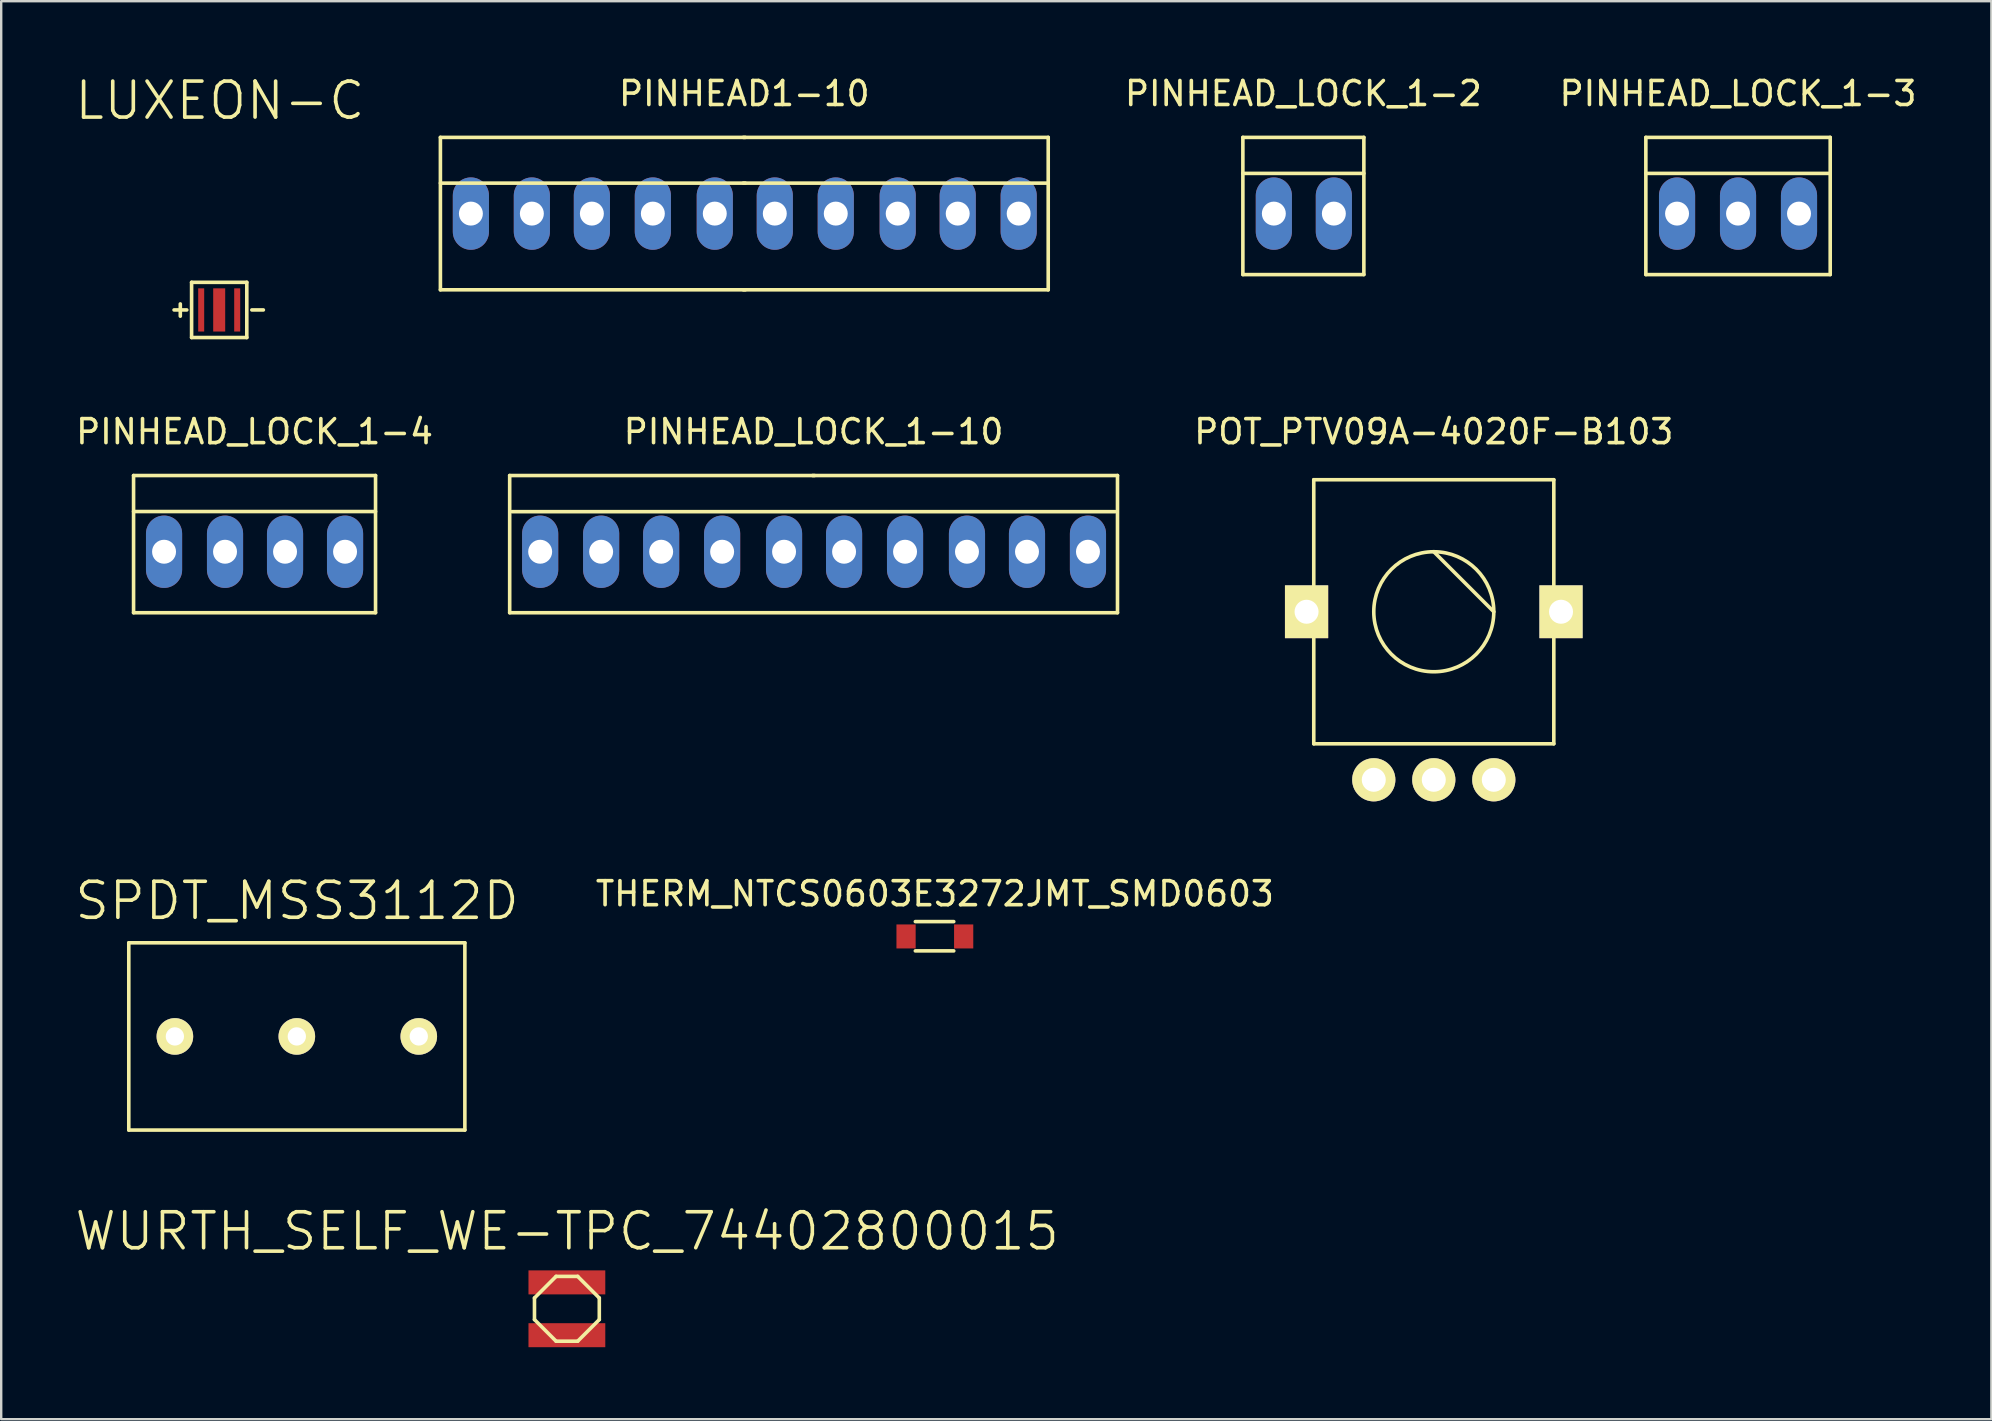
<source format=kicad_pcb>
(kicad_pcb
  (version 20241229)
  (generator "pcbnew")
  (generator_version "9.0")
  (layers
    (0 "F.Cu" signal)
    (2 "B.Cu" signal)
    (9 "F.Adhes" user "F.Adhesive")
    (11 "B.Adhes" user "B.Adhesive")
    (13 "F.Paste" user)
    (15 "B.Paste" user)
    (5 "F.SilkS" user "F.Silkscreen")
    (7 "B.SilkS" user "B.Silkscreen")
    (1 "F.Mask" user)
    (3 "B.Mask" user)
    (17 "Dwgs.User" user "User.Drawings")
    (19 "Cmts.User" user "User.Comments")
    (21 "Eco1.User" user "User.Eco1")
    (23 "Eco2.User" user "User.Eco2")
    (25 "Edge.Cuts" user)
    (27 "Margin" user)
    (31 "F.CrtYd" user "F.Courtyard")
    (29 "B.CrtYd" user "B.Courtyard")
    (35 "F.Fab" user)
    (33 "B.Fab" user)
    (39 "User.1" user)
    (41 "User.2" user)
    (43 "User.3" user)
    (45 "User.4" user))
  (footprint "POT_PTV09A-4020F-B103"
    (layer "F.Cu")
    (at 56.678 22.434)
    (property "Reference" "POT_PTV09A-4020F-B103" (at 0 -7.5 0) (layer "F.SilkS") (effects (font (size 1 1) (thickness 0.15))))
    (attr through_hole)
    (fp_line (start -5 -5.5) (end -5 5.5) (stroke (width 0.15) (type solid)) (layer "F.SilkS"))
    (fp_line (start -5 -5.5) (end 5 -5.5) (stroke (width 0.15) (type solid)) (layer "F.SilkS"))
    (fp_line (start -5 5.5) (end 5 5.5) (stroke (width 0.15) (type solid)) (layer "F.SilkS"))
    (fp_line (start 0 -2.5) (end 2.5 0) (stroke (width 0.15) (type solid)) (layer "F.SilkS"))
    (fp_line (start 5 -5.5) (end 5 5.5) (stroke (width 0.15) (type solid)) (layer "F.SilkS"))
    (fp_circle (center 0 0) (end 2.5 0) (stroke (width 0.15) (type solid)) (fill no) (layer "F.SilkS"))
    (pad "" np_thru_hole rect (at -5.3 0) (size 1.8 2.2) (drill 1) (layers "*.Cu" "*.Mask" "F.SilkS"))
    (pad "" np_thru_hole rect (at 5.3 0) (size 1.8 2.2) (drill 1) (layers "*.Cu" "*.Mask" "F.SilkS"))
    (pad "1" thru_hole circle (at -2.5 7) (size 1.8 1.8) (drill 1) (layers "*.Cu" "*.Mask" "F.SilkS"))
    (pad "2" thru_hole circle (at 0 7) (size 1.8 1.8) (drill 1) (layers "*.Cu" "*.Mask" "F.SilkS"))
    (pad "3" thru_hole circle (at 2.5 7) (size 1.8 1.8) (drill 1) (layers "*.Cu" "*.Mask" "F.SilkS")))
  (footprint "PINHEAD_LOCK_1-4"
    (layer "F.Cu")
    (at 7.554 19.934)
    (property "Reference" "PINHEAD_LOCK_1-4" (at 0 -5 0) (layer "F.SilkS") (effects (font (size 1 1) (thickness 0.15))))
    (attr exclude_from_pos_files exclude_from_bom)
    (fp_line (start -5.04 -3.175) (end -5.04 2.54) (stroke (width 0.15) (type solid)) (layer "F.SilkS"))
    (fp_line (start -5.04 -3.175) (end 5.04 -3.175) (stroke (width 0.15) (type solid)) (layer "F.SilkS"))
    (fp_line (start -5.04 -1.675) (end 5.04 -1.675) (stroke (width 0.15) (type solid)) (layer "F.SilkS"))
    (fp_line (start 5.04 -3.175) (end 5.04 2.54) (stroke (width 0.15) (type solid)) (layer "F.SilkS"))
    (fp_line (start 5.04 2.54) (end -5.04 2.54) (stroke (width 0.15) (type solid)) (layer "F.SilkS"))
    (pad "1" thru_hole oval (at -3.77 0) (size 1.506 3.015) (drill 0.998) (layers "*.Cu" "*.Mask"))
    (pad "2" thru_hole oval (at -1.23 0) (size 1.506 3.015) (drill 0.998) (layers "*.Cu" "*.Mask"))
    (pad "3" thru_hole oval (at 1.27 0) (size 1.506 3.015) (drill 0.998) (layers "*.Cu" "*.Mask"))
    (pad "4" thru_hole oval (at 3.77 0) (size 1.506 3.015) (drill 0.998) (layers "*.Cu" "*.Mask")))
  (footprint "PINHEAD1-10"
    (layer "F.Cu")
    (at 27.956 5.848)
    (property "Reference" "PINHEAD1-10" (at 0 -5 0) (layer "F.SilkS") (effects (font (size 1 1) (thickness 0.15))))
    (attr exclude_from_pos_files exclude_from_bom)
    (fp_line (start -12.66 -3.175) (end -12.66 3.175) (stroke (width 0.15) (type solid)) (layer "F.SilkS"))
    (fp_line (start -12.66 -3.175) (end 0.04 -3.175) (stroke (width 0.15) (type solid)) (layer "F.SilkS"))
    (fp_line (start -0.04 -3.175) (end 12.66 -3.175) (stroke (width 0.15) (type solid)) (layer "F.SilkS"))
    (fp_line (start 0.04 -1.27) (end -12.66 -1.27) (stroke (width 0.15) (type solid)) (layer "F.SilkS"))
    (fp_line (start 0.04 3.175) (end -12.66 3.175) (stroke (width 0.15) (type solid)) (layer "F.SilkS"))
    (fp_line (start 12.66 -3.175) (end 12.66 3.175) (stroke (width 0.15) (type solid)) (layer "F.SilkS"))
    (fp_line (start 12.66 -1.27) (end -0.04 -1.27) (stroke (width 0.15) (type solid)) (layer "F.SilkS"))
    (fp_line (start 12.66 3.175) (end -0.04 3.175) (stroke (width 0.15) (type solid)) (layer "F.SilkS"))
    (pad "1" thru_hole oval (at -11.39 0) (size 1.506 3.015) (drill 0.998) (layers "*.Cu" "*.Mask"))
    (pad "2" thru_hole oval (at -8.85 0) (size 1.506 3.015) (drill 0.998) (layers "*.Cu" "*.Mask"))
    (pad "3" thru_hole oval (at -6.35 0) (size 1.506 3.015) (drill 0.998) (layers "*.Cu" "*.Mask"))
    (pad "4" thru_hole oval (at -3.81 0) (size 1.506 3.015) (drill 0.998) (layers "*.Cu" "*.Mask"))
    (pad "5" thru_hole oval (at -1.23 0) (size 1.506 3.015) (drill 0.998) (layers "*.Cu" "*.Mask"))
    (pad "6" thru_hole oval (at 1.27 0) (size 1.506 3.015) (drill 0.998) (layers "*.Cu" "*.Mask"))
    (pad "7" thru_hole oval (at 3.81 0) (size 1.506 3.015) (drill 0.998) (layers "*.Cu" "*.Mask"))
    (pad "8" thru_hole oval (at 6.39 0) (size 1.506 3.015) (drill 0.998) (layers "*.Cu" "*.Mask"))
    (pad "9" thru_hole oval (at 8.89 0) (size 1.506 3.015) (drill 0.998) (layers "*.Cu" "*.Mask"))
    (pad "10" thru_hole oval (at 11.43 0) (size 1.506 3.015) (drill 0.998) (layers "*.Cu" "*.Mask")))
  (footprint "WURTH_SELF_WE-TPC_74402800015"
    (layer "F.Cu")
    (at 20.565 51.471)
    (property "Reference" "WURTH_SELF_WE-TPC_74402800015" (at 0.01 -3.23 0) (layer "F.SilkS") (effects (font (size 1.5 1.5) (thickness 0.15))))
    (attr through_hole)
    (fp_line (start -1.35 -0.45) (end -0.45 -1.35) (stroke (width 0.15) (type solid)) (layer "F.SilkS"))
    (fp_line (start -1.35 0.45) (end -1.35 -0.45) (stroke (width 0.15) (type solid)) (layer "F.SilkS"))
    (fp_line (start -0.45 -1.35) (end 0.45 -1.35) (stroke (width 0.15) (type solid)) (layer "F.SilkS"))
    (fp_line (start -0.45 1.35) (end -1.35 0.45) (stroke (width 0.15) (type solid)) (layer "F.SilkS"))
    (fp_line (start 0.45 -1.35) (end 1.35 -0.45) (stroke (width 0.15) (type solid)) (layer "F.SilkS"))
    (fp_line (start 0.45 1.35) (end -0.45 1.35) (stroke (width 0.15) (type solid)) (layer "F.SilkS"))
    (fp_line (start 1.35 -0.45) (end 1.35 0.45) (stroke (width 0.15) (type solid)) (layer "F.SilkS"))
    (fp_line (start 1.35 0.45) (end 0.45 1.35) (stroke (width 0.15) (type solid)) (layer "F.SilkS"))
    (pad "1" smd rect (at 0 -1.1) (size 3.2 1) (layers "F.Cu" "F.Mask" "F.Paste"))
    (pad "2" smd rect (at 0 1.1) (size 3.2 1) (layers "F.Cu" "F.Mask" "F.Paste")))
  (footprint "SPDT_MSS3112D"
    (layer "F.Cu")
    (at 9.315 40.125)
    (property "Reference" "SPDT_MSS3112D" (at 0.01 -5.65 0) (layer "F.SilkS") (effects (font (size 1.5 1.5) (thickness 0.15))))
    (attr through_hole)
    (fp_line (start -7 -3.9) (end -7 3.9) (stroke (width 0.15) (type solid)) (layer "F.SilkS"))
    (fp_line (start -7 3.9) (end 7 3.9) (stroke (width 0.15) (type solid)) (layer "F.SilkS"))
    (fp_line (start 7 -3.9) (end -7 -3.9) (stroke (width 0.15) (type solid)) (layer "F.SilkS"))
    (fp_line (start 7 3.9) (end 7 -3.9) (stroke (width 0.15) (type solid)) (layer "F.SilkS"))
    (pad "1" thru_hole circle (at 0 0) (size 1.524 1.524) (drill 0.762) (layers "*.Cu" "*.Mask" "F.SilkS"))
    (pad "2" thru_hole circle (at -5.08 0) (size 1.524 1.524) (drill 0.762) (layers "*.Cu" "*.Mask" "F.SilkS"))
    (pad "3" thru_hole circle (at 5.08 0) (size 1.524 1.524) (drill 0.762) (layers "*.Cu" "*.Mask" "F.SilkS")))
  (footprint "PINHEAD_LOCK_1-2"
    (layer "F.Cu")
    (at 51.245 5.848)
    (property "Reference" "PINHEAD_LOCK_1-2" (at 0 -5 0) (layer "F.SilkS") (effects (font (size 1 1) (thickness 0.15))))
    (attr exclude_from_pos_files exclude_from_bom)
    (fp_line (start -2.52 -3.175) (end -2.52 2.54) (stroke (width 0.15) (type solid)) (layer "F.SilkS"))
    (fp_line (start -2.52 -3.175) (end 2.52 -3.175) (stroke (width 0.15) (type solid)) (layer "F.SilkS"))
    (fp_line (start -2.52 -1.675) (end 2.52 -1.675) (stroke (width 0.15) (type solid)) (layer "F.SilkS"))
    (fp_line (start 2.52 -3.175) (end 2.52 2.54) (stroke (width 0.15) (type solid)) (layer "F.SilkS"))
    (fp_line (start 2.52 2.54) (end -2.52 2.54) (stroke (width 0.15) (type solid)) (layer "F.SilkS"))
    (pad "1" thru_hole oval (at -1.23 0) (size 1.506 3.015) (drill 0.998) (layers "*.Cu" "*.Mask"))
    (pad "2" thru_hole oval (at 1.27 0) (size 1.506 3.015) (drill 0.998) (layers "*.Cu" "*.Mask")))
  (footprint "LUXEON-C"
    (layer "F.Cu")
    (at 6.081 9.861)
    (property "Reference" "LUXEON-C" (at 0.03 -8.72 0) (layer "F.SilkS") (effects (font (size 1.5 1.5) (thickness 0.15))))
    (attr through_hole)
    (fp_line (start -1.88 0) (end -1.35 0) (stroke (width 0.15) (type solid)) (layer "F.SilkS"))
    (fp_line (start -1.62 -0.25) (end -1.62 0.26) (stroke (width 0.15) (type solid)) (layer "F.SilkS"))
    (fp_line (start -1.15 -1.15) (end -1.15 1.15) (stroke (width 0.15) (type solid)) (layer "F.SilkS"))
    (fp_line (start -1.15 1.15) (end 1.15 1.15) (stroke (width 0.15) (type solid)) (layer "F.SilkS"))
    (fp_line (start 1.15 -1.15) (end -1.15 -1.15) (stroke (width 0.15) (type solid)) (layer "F.SilkS"))
    (fp_line (start 1.15 1.15) (end 1.15 -1.15) (stroke (width 0.15) (type solid)) (layer "F.SilkS"))
    (fp_line (start 1.36 0) (end 1.84 0) (stroke (width 0.15) (type solid)) (layer "F.SilkS"))
    (pad "1" smd rect (at -0.75 0) (size 0.25 1.8) (layers "F.Cu" "F.Mask" "F.Paste"))
    (pad "2" smd rect (at 0.75 0) (size 0.25 1.8) (layers "F.Cu" "F.Mask" "F.Paste"))
    (pad "3" smd rect (at 0 0) (size 0.5 1.8) (layers "F.Cu" "F.Mask" "F.Paste")))
  (footprint "PINHEAD_LOCK_1-10"
    (layer "F.Cu")
    (at 30.842 19.934)
    (property "Reference" "PINHEAD_LOCK_1-10" (at 0 -5 0) (layer "F.SilkS") (effects (font (size 1 1) (thickness 0.15))))
    (attr exclude_from_pos_files exclude_from_bom)
    (fp_line (start -12.66 -3.175) (end -12.66 2.54) (stroke (width 0.15) (type solid)) (layer "F.SilkS"))
    (fp_line (start -12.66 -3.175) (end 0.04 -3.175) (stroke (width 0.15) (type solid)) (layer "F.SilkS"))
    (fp_line (start -0.04 -3.175) (end 12.66 -3.175) (stroke (width 0.15) (type solid)) (layer "F.SilkS"))
    (fp_line (start 12.56 -1.67) (end -12.56 -1.67) (stroke (width 0.15) (type solid)) (layer "F.SilkS"))
    (fp_line (start 12.66 -3.175) (end 12.66 2.54) (stroke (width 0.15) (type solid)) (layer "F.SilkS"))
    (fp_line (start 12.66 2.54) (end -12.66 2.54) (stroke (width 0.15) (type solid)) (layer "F.SilkS"))
    (pad "1" thru_hole oval (at -11.39 0) (size 1.506 3.015) (drill 0.998) (layers "*.Cu" "*.Mask"))
    (pad "2" thru_hole oval (at -8.85 0) (size 1.506 3.015) (drill 0.998) (layers "*.Cu" "*.Mask"))
    (pad "3" thru_hole oval (at -6.35 0) (size 1.506 3.015) (drill 0.998) (layers "*.Cu" "*.Mask"))
    (pad "4" thru_hole oval (at -3.81 0) (size 1.506 3.015) (drill 0.998) (layers "*.Cu" "*.Mask"))
    (pad "5" thru_hole oval (at -1.23 0) (size 1.506 3.015) (drill 0.998) (layers "*.Cu" "*.Mask"))
    (pad "6" thru_hole oval (at 1.27 0) (size 1.506 3.015) (drill 0.998) (layers "*.Cu" "*.Mask"))
    (pad "7" thru_hole oval (at 3.81 0) (size 1.506 3.015) (drill 0.998) (layers "*.Cu" "*.Mask"))
    (pad "8" thru_hole oval (at 6.39 0) (size 1.506 3.015) (drill 0.998) (layers "*.Cu" "*.Mask"))
    (pad "9" thru_hole oval (at 8.89 0) (size 1.506 3.015) (drill 0.998) (layers "*.Cu" "*.Mask"))
    (pad "10" thru_hole oval (at 11.43 0) (size 1.506 3.015) (drill 0.998) (layers "*.Cu" "*.Mask")))
  (footprint "PINHEAD_LOCK_1-3"
    (layer "F.Cu")
    (at 69.352 5.848)
    (property "Reference" "PINHEAD_LOCK_1-3" (at 0 -5 0) (layer "F.SilkS") (effects (font (size 1 1) (thickness 0.15))))
    (attr exclude_from_pos_files exclude_from_bom)
    (fp_line (start -3.84 -3.175) (end -3.84 2.54) (stroke (width 0.15) (type solid)) (layer "F.SilkS"))
    (fp_line (start -3.84 -3.175) (end 3.84 -3.175) (stroke (width 0.15) (type solid)) (layer "F.SilkS"))
    (fp_line (start -3.84 -1.675) (end 3.84 -1.675) (stroke (width 0.15) (type solid)) (layer "F.SilkS"))
    (fp_line (start 3.84 -3.175) (end 3.84 2.54) (stroke (width 0.15) (type solid)) (layer "F.SilkS"))
    (fp_line (start 3.84 2.54) (end -3.84 2.54) (stroke (width 0.15) (type solid)) (layer "F.SilkS"))
    (pad "1" thru_hole oval (at -2.54 0) (size 1.506 3.015) (drill 0.998) (layers "*.Cu" "*.Mask"))
    (pad "2" thru_hole oval (at 0 0) (size 1.506 3.015) (drill 0.998) (layers "*.Cu" "*.Mask"))
    (pad "3" thru_hole oval (at 2.54 0) (size 1.506 3.015) (drill 0.998) (layers "*.Cu" "*.Mask")))
  (footprint "THERM_NTCS0603E3272JMT_SMD0603"
    (layer "F.Cu")
    (at 35.894 35.96)
    (property "Reference" "THERM_NTCS0603E3272JMT_SMD0603" (at 0 -1.778 0) (layer "F.SilkS") (effects (font (size 1 1) (thickness 0.15))))
    (attr through_hole)
    (fp_line (start -0.813 -0.618) (end 0.787 -0.618) (stroke (width 0.15) (type solid)) (layer "F.SilkS"))
    (fp_line (start -0.813 0.602) (end 0.787 0.602) (stroke (width 0.15) (type solid)) (layer "F.SilkS"))
    (pad "1" smd rect (at -1.2 0) (size 0.8 1) (layers "F.Cu" "F.Mask" "F.Paste"))
    (pad "2" smd rect (at 1.2 0) (size 0.8 1) (layers "F.Cu" "F.Mask" "F.Paste")))
  (gr_rect
    (start -3 -3)
    (end 79.906 56.071)
    (stroke (width 0.1) (type default))
    (fill no)
    (layer "Edge.Cuts")))
</source>
